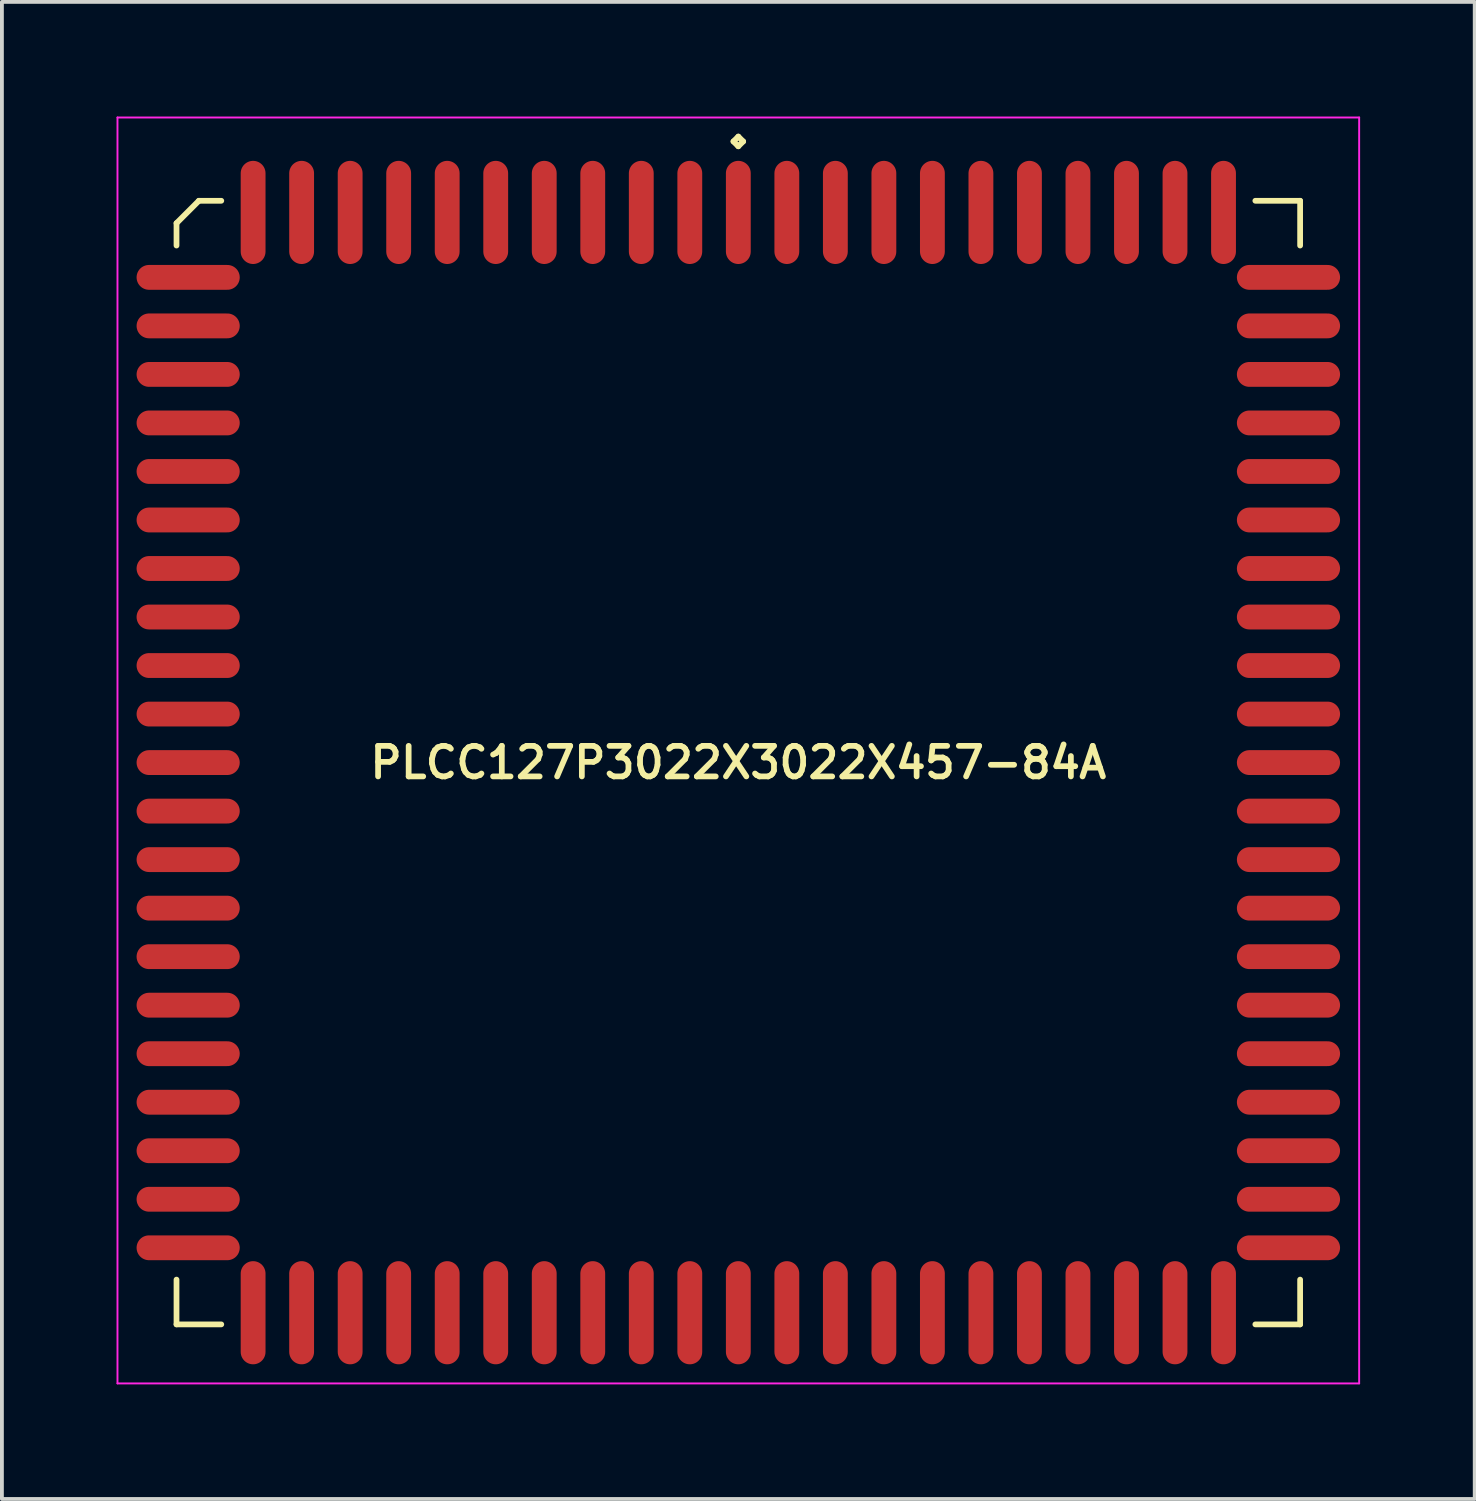
<source format=kicad_pcb>
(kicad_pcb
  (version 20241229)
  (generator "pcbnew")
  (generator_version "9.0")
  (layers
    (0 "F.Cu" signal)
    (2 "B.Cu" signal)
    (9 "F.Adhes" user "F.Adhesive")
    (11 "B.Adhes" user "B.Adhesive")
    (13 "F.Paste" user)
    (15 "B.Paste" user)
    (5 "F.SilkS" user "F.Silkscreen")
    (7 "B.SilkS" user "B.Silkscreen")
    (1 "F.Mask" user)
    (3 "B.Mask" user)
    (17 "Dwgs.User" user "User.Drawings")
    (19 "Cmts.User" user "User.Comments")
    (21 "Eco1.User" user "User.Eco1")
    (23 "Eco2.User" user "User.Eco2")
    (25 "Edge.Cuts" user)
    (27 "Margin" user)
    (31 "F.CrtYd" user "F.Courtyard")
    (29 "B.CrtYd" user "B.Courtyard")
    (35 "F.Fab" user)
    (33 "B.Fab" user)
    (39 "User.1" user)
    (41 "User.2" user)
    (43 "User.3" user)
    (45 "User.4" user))
  (footprint "PLCC127P3022X3022X457-84A"
    (layer "F.Cu")
    (at 16.275 16.91)
    (property "Reference" "PLCC127P3022X3022X457-84A" (at 0 0 0) (layer "F.SilkS") (effects (font (size 0.8 0.8) (thickness 0.15))))
    (attr smd)
    (fp_line (start -14.705 -14.119) (end -14.119 -14.705) (stroke (width 0.15) (type solid)) (layer "F.SilkS"))
    (fp_line (start -14.705 -13.533) (end -14.705 -14.119) (stroke (width 0.15) (type solid)) (layer "F.SilkS"))
    (fp_line (start -14.705 13.533) (end -14.705 14.705) (stroke (width 0.15) (type solid)) (layer "F.SilkS"))
    (fp_line (start -14.705 14.705) (end -13.533 14.705) (stroke (width 0.15) (type solid)) (layer "F.SilkS"))
    (fp_line (start -14.119 -14.705) (end -13.533 -14.705) (stroke (width 0.15) (type solid)) (layer "F.SilkS"))
    (fp_line (start -0.127 -16.258) (end 0 -16.385) (stroke (width 0.15) (type solid)) (layer "F.SilkS"))
    (fp_line (start 0 -16.385) (end 0.127 -16.258) (stroke (width 0.15) (type solid)) (layer "F.SilkS"))
    (fp_line (start 0 -16.131) (end -0.127 -16.258) (stroke (width 0.15) (type solid)) (layer "F.SilkS"))
    (fp_line (start 0.127 -16.258) (end 0 -16.131) (stroke (width 0.15) (type solid)) (layer "F.SilkS"))
    (fp_line (start 14.705 -14.705) (end 13.533 -14.705) (stroke (width 0.15) (type solid)) (layer "F.SilkS"))
    (fp_line (start 14.705 -13.533) (end 14.705 -14.705) (stroke (width 0.15) (type solid)) (layer "F.SilkS"))
    (fp_line (start 14.705 13.533) (end 14.705 14.705) (stroke (width 0.15) (type solid)) (layer "F.SilkS"))
    (fp_line (start 14.705 14.705) (end 13.533 14.705) (stroke (width 0.15) (type solid)) (layer "F.SilkS"))
    (fp_line (start -16.25 -16.885) (end 16.25 -16.885) (stroke (width 0.05) (type solid)) (layer "F.CrtYd"))
    (fp_line (start -16.25 16.25) (end -16.25 -16.885) (stroke (width 0.05) (type solid)) (layer "F.CrtYd"))
    (fp_line (start 16.25 -16.885) (end 16.25 16.25) (stroke (width 0.05) (type solid)) (layer "F.CrtYd"))
    (fp_line (start 16.25 16.25) (end -16.25 16.25) (stroke (width 0.05) (type solid)) (layer "F.CrtYd"))
    (pad "1" smd oval (at 0 -14.4) (size 0.65 2.7) (layers "F.Cu" "F.Mask" "F.Paste"))
    (pad "2" smd oval (at -1.27 -14.4) (size 0.65 2.7) (layers "F.Cu" "F.Mask" "F.Paste"))
    (pad "3" smd oval (at -2.54 -14.4) (size 0.65 2.7) (layers "F.Cu" "F.Mask" "F.Paste"))
    (pad "4" smd oval (at -3.81 -14.4) (size 0.65 2.7) (layers "F.Cu" "F.Mask" "F.Paste"))
    (pad "5" smd oval (at -5.08 -14.4) (size 0.65 2.7) (layers "F.Cu" "F.Mask" "F.Paste"))
    (pad "6" smd oval (at -6.35 -14.4) (size 0.65 2.7) (layers "F.Cu" "F.Mask" "F.Paste"))
    (pad "7" smd oval (at -7.62 -14.4) (size 0.65 2.7) (layers "F.Cu" "F.Mask" "F.Paste"))
    (pad "8" smd oval (at -8.89 -14.4) (size 0.65 2.7) (layers "F.Cu" "F.Mask" "F.Paste"))
    (pad "9" smd oval (at -10.16 -14.4) (size 0.65 2.7) (layers "F.Cu" "F.Mask" "F.Paste"))
    (pad "10" smd oval (at -11.43 -14.4) (size 0.65 2.7) (layers "F.Cu" "F.Mask" "F.Paste"))
    (pad "11" smd oval (at -12.7 -14.4) (size 0.65 2.7) (layers "F.Cu" "F.Mask" "F.Paste"))
    (pad "12" smd oval (at -14.4 -12.7) (size 2.7 0.65) (layers "F.Cu" "F.Mask" "F.Paste"))
    (pad "13" smd oval (at -14.4 -11.43) (size 2.7 0.65) (layers "F.Cu" "F.Mask" "F.Paste"))
    (pad "14" smd oval (at -14.4 -10.16) (size 2.7 0.65) (layers "F.Cu" "F.Mask" "F.Paste"))
    (pad "15" smd oval (at -14.4 -8.89) (size 2.7 0.65) (layers "F.Cu" "F.Mask" "F.Paste"))
    (pad "16" smd oval (at -14.4 -7.62) (size 2.7 0.65) (layers "F.Cu" "F.Mask" "F.Paste"))
    (pad "17" smd oval (at -14.4 -6.35) (size 2.7 0.65) (layers "F.Cu" "F.Mask" "F.Paste"))
    (pad "18" smd oval (at -14.4 -5.08) (size 2.7 0.65) (layers "F.Cu" "F.Mask" "F.Paste"))
    (pad "19" smd oval (at -14.4 -3.81) (size 2.7 0.65) (layers "F.Cu" "F.Mask" "F.Paste"))
    (pad "20" smd oval (at -14.4 -2.54) (size 2.7 0.65) (layers "F.Cu" "F.Mask" "F.Paste"))
    (pad "21" smd oval (at -14.4 -1.27) (size 2.7 0.65) (layers "F.Cu" "F.Mask" "F.Paste"))
    (pad "22" smd oval (at -14.4 0) (size 2.7 0.65) (layers "F.Cu" "F.Mask" "F.Paste"))
    (pad "23" smd oval (at -14.4 1.27) (size 2.7 0.65) (layers "F.Cu" "F.Mask" "F.Paste"))
    (pad "24" smd oval (at -14.4 2.54) (size 2.7 0.65) (layers "F.Cu" "F.Mask" "F.Paste"))
    (pad "25" smd oval (at -14.4 3.81) (size 2.7 0.65) (layers "F.Cu" "F.Mask" "F.Paste"))
    (pad "26" smd oval (at -14.4 5.08) (size 2.7 0.65) (layers "F.Cu" "F.Mask" "F.Paste"))
    (pad "27" smd oval (at -14.4 6.35) (size 2.7 0.65) (layers "F.Cu" "F.Mask" "F.Paste"))
    (pad "28" smd oval (at -14.4 7.62) (size 2.7 0.65) (layers "F.Cu" "F.Mask" "F.Paste"))
    (pad "29" smd oval (at -14.4 8.89) (size 2.7 0.65) (layers "F.Cu" "F.Mask" "F.Paste"))
    (pad "30" smd oval (at -14.4 10.16) (size 2.7 0.65) (layers "F.Cu" "F.Mask" "F.Paste"))
    (pad "31" smd oval (at -14.4 11.43) (size 2.7 0.65) (layers "F.Cu" "F.Mask" "F.Paste"))
    (pad "32" smd oval (at -14.4 12.7) (size 2.7 0.65) (layers "F.Cu" "F.Mask" "F.Paste"))
    (pad "33" smd oval (at -12.7 14.4) (size 0.65 2.7) (layers "F.Cu" "F.Mask" "F.Paste"))
    (pad "34" smd oval (at -11.43 14.4) (size 0.65 2.7) (layers "F.Cu" "F.Mask" "F.Paste"))
    (pad "35" smd oval (at -10.16 14.4) (size 0.65 2.7) (layers "F.Cu" "F.Mask" "F.Paste"))
    (pad "36" smd oval (at -8.89 14.4) (size 0.65 2.7) (layers "F.Cu" "F.Mask" "F.Paste"))
    (pad "37" smd oval (at -7.62 14.4) (size 0.65 2.7) (layers "F.Cu" "F.Mask" "F.Paste"))
    (pad "38" smd oval (at -6.35 14.4) (size 0.65 2.7) (layers "F.Cu" "F.Mask" "F.Paste"))
    (pad "39" smd oval (at -5.08 14.4) (size 0.65 2.7) (layers "F.Cu" "F.Mask" "F.Paste"))
    (pad "40" smd oval (at -3.81 14.4) (size 0.65 2.7) (layers "F.Cu" "F.Mask" "F.Paste"))
    (pad "41" smd oval (at -2.54 14.4) (size 0.65 2.7) (layers "F.Cu" "F.Mask" "F.Paste"))
    (pad "42" smd oval (at -1.27 14.4) (size 0.65 2.7) (layers "F.Cu" "F.Mask" "F.Paste"))
    (pad "43" smd oval (at 0 14.4) (size 0.65 2.7) (layers "F.Cu" "F.Mask" "F.Paste"))
    (pad "44" smd oval (at 1.27 14.4) (size 0.65 2.7) (layers "F.Cu" "F.Mask" "F.Paste"))
    (pad "45" smd oval (at 2.54 14.4) (size 0.65 2.7) (layers "F.Cu" "F.Mask" "F.Paste"))
    (pad "46" smd oval (at 3.81 14.4) (size 0.65 2.7) (layers "F.Cu" "F.Mask" "F.Paste"))
    (pad "47" smd oval (at 5.08 14.4) (size 0.65 2.7) (layers "F.Cu" "F.Mask" "F.Paste"))
    (pad "48" smd oval (at 6.35 14.4) (size 0.65 2.7) (layers "F.Cu" "F.Mask" "F.Paste"))
    (pad "49" smd oval (at 7.62 14.4) (size 0.65 2.7) (layers "F.Cu" "F.Mask" "F.Paste"))
    (pad "50" smd oval (at 8.89 14.4) (size 0.65 2.7) (layers "F.Cu" "F.Mask" "F.Paste"))
    (pad "51" smd oval (at 10.16 14.4) (size 0.65 2.7) (layers "F.Cu" "F.Mask" "F.Paste"))
    (pad "52" smd oval (at 11.43 14.4) (size 0.65 2.7) (layers "F.Cu" "F.Mask" "F.Paste"))
    (pad "53" smd oval (at 12.7 14.4) (size 0.65 2.7) (layers "F.Cu" "F.Mask" "F.Paste"))
    (pad "54" smd oval (at 14.4 12.7) (size 2.7 0.65) (layers "F.Cu" "F.Mask" "F.Paste"))
    (pad "55" smd oval (at 14.4 11.43) (size 2.7 0.65) (layers "F.Cu" "F.Mask" "F.Paste"))
    (pad "56" smd oval (at 14.4 10.16) (size 2.7 0.65) (layers "F.Cu" "F.Mask" "F.Paste"))
    (pad "57" smd oval (at 14.4 8.89) (size 2.7 0.65) (layers "F.Cu" "F.Mask" "F.Paste"))
    (pad "58" smd oval (at 14.4 7.62) (size 2.7 0.65) (layers "F.Cu" "F.Mask" "F.Paste"))
    (pad "59" smd oval (at 14.4 6.35) (size 2.7 0.65) (layers "F.Cu" "F.Mask" "F.Paste"))
    (pad "60" smd oval (at 14.4 5.08) (size 2.7 0.65) (layers "F.Cu" "F.Mask" "F.Paste"))
    (pad "61" smd oval (at 14.4 3.81) (size 2.7 0.65) (layers "F.Cu" "F.Mask" "F.Paste"))
    (pad "62" smd oval (at 14.4 2.54) (size 2.7 0.65) (layers "F.Cu" "F.Mask" "F.Paste"))
    (pad "63" smd oval (at 14.4 1.27) (size 2.7 0.65) (layers "F.Cu" "F.Mask" "F.Paste"))
    (pad "64" smd oval (at 14.4 0) (size 2.7 0.65) (layers "F.Cu" "F.Mask" "F.Paste"))
    (pad "65" smd oval (at 14.4 -1.27) (size 2.7 0.65) (layers "F.Cu" "F.Mask" "F.Paste"))
    (pad "66" smd oval (at 14.4 -2.54) (size 2.7 0.65) (layers "F.Cu" "F.Mask" "F.Paste"))
    (pad "67" smd oval (at 14.4 -3.81) (size 2.7 0.65) (layers "F.Cu" "F.Mask" "F.Paste"))
    (pad "68" smd oval (at 14.4 -5.08) (size 2.7 0.65) (layers "F.Cu" "F.Mask" "F.Paste"))
    (pad "69" smd oval (at 14.4 -6.35) (size 2.7 0.65) (layers "F.Cu" "F.Mask" "F.Paste"))
    (pad "70" smd oval (at 14.4 -7.62) (size 2.7 0.65) (layers "F.Cu" "F.Mask" "F.Paste"))
    (pad "71" smd oval (at 14.4 -8.89) (size 2.7 0.65) (layers "F.Cu" "F.Mask" "F.Paste"))
    (pad "72" smd oval (at 14.4 -10.16) (size 2.7 0.65) (layers "F.Cu" "F.Mask" "F.Paste"))
    (pad "73" smd oval (at 14.4 -11.43) (size 2.7 0.65) (layers "F.Cu" "F.Mask" "F.Paste"))
    (pad "74" smd oval (at 14.4 -12.7) (size 2.7 0.65) (layers "F.Cu" "F.Mask" "F.Paste"))
    (pad "75" smd oval (at 12.7 -14.4) (size 0.65 2.7) (layers "F.Cu" "F.Mask" "F.Paste"))
    (pad "76" smd oval (at 11.43 -14.4) (size 0.65 2.7) (layers "F.Cu" "F.Mask" "F.Paste"))
    (pad "77" smd oval (at 10.16 -14.4) (size 0.65 2.7) (layers "F.Cu" "F.Mask" "F.Paste"))
    (pad "78" smd oval (at 8.89 -14.4) (size 0.65 2.7) (layers "F.Cu" "F.Mask" "F.Paste"))
    (pad "79" smd oval (at 7.62 -14.4) (size 0.65 2.7) (layers "F.Cu" "F.Mask" "F.Paste"))
    (pad "80" smd oval (at 6.35 -14.4) (size 0.65 2.7) (layers "F.Cu" "F.Mask" "F.Paste"))
    (pad "81" smd oval (at 5.08 -14.4) (size 0.65 2.7) (layers "F.Cu" "F.Mask" "F.Paste"))
    (pad "82" smd oval (at 3.81 -14.4) (size 0.65 2.7) (layers "F.Cu" "F.Mask" "F.Paste"))
    (pad "83" smd oval (at 2.54 -14.4) (size 0.65 2.7) (layers "F.Cu" "F.Mask" "F.Paste"))
    (pad "84" smd oval (at 1.27 -14.4) (size 0.65 2.7) (layers "F.Cu" "F.Mask" "F.Paste")))
  (gr_rect
    (start -3 -3)
    (end 35.55 36.185)
    (stroke (width 0.1) (type default))
    (fill no)
    (layer "Edge.Cuts")))
</source>
